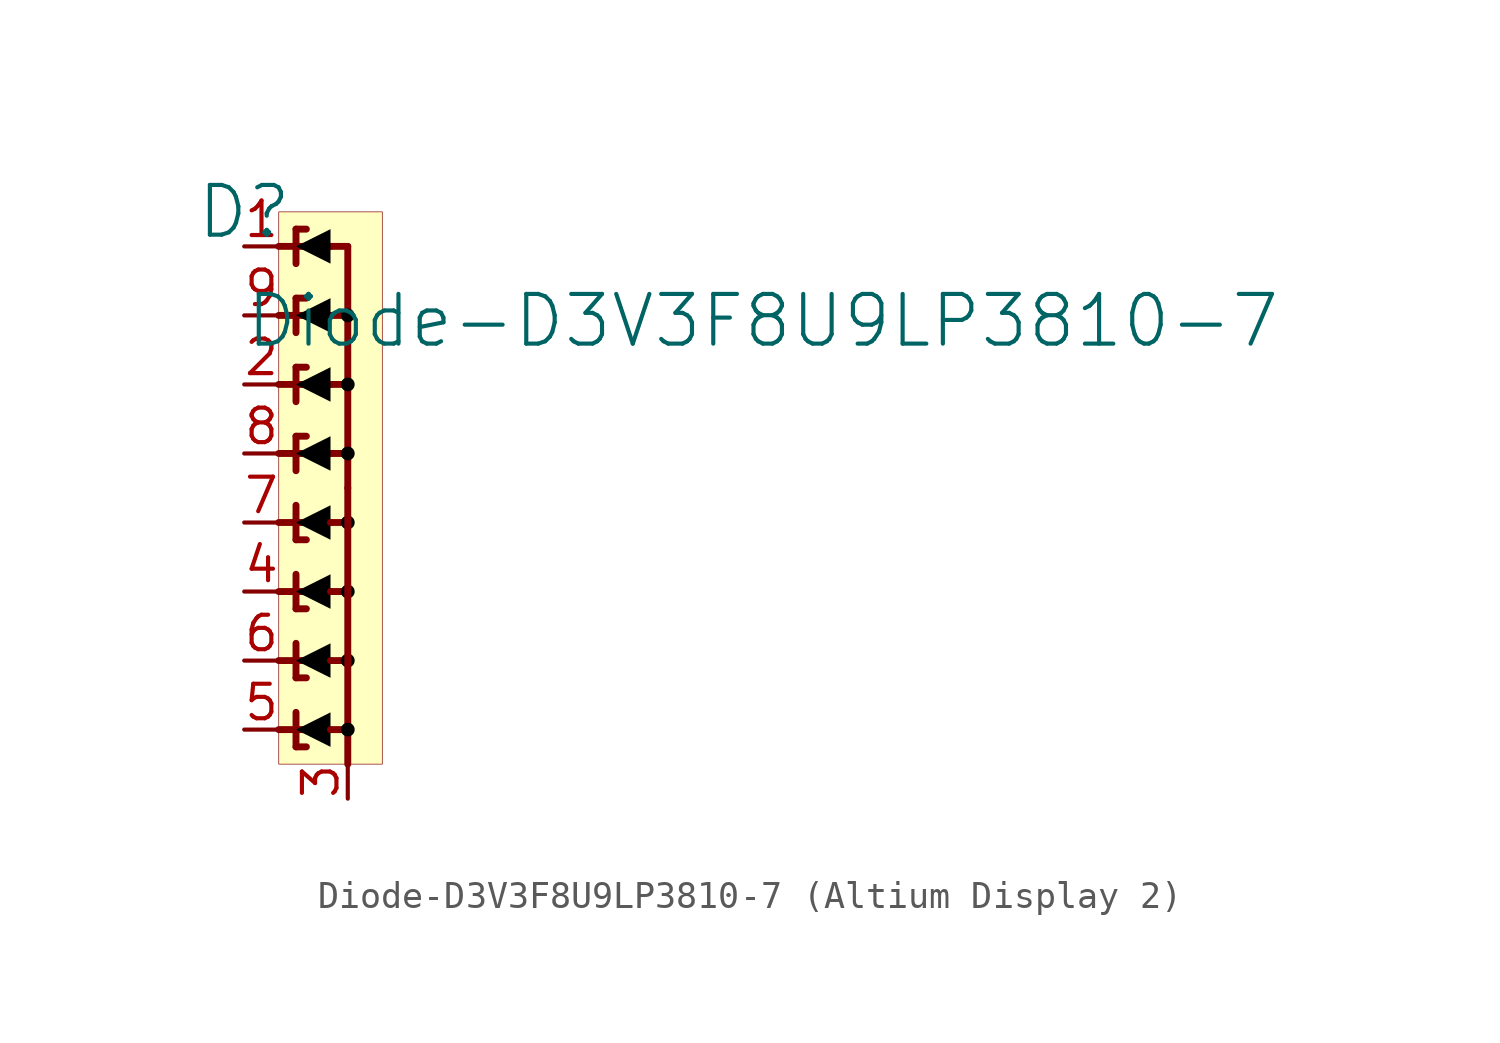
<source format=kicad_sym>
(kicad_symbol_lib
  (version 20231120)
  (generator "kicad_symbol_editor")
  (generator_version "8.0")
  (symbol "Diode-D3V3F8U9LP3810-7 (Altium Display 2)"
    (property "Reference" "D"
      (at -1.27 1.27 0)
      (effects (font (size 1.829 1.829))))
    (property "Value" "Diode-D3V3F8U9LP3810-7"
      (at -1.27 -3.81 0)
      (effects (font (size 1.829 1.829)) (justify left bottom)))
    (symbol "Diode-D3V3F8U9LP3810-7 (Altium Display 2)_1_0"
      (polyline (pts (xy 0 -17.78) (xy 1.905 -17.78)) (stroke (width 0.254) (type solid)) (fill (type none)))
      (polyline (pts (xy 0 -15.24) (xy 1.905 -15.24)) (stroke (width 0.254) (type solid)) (fill (type none)))
      (polyline (pts (xy 0 -12.7) (xy 1.905 -12.7)) (stroke (width 0.254) (type solid)) (fill (type none)))
      (polyline (pts (xy 0 -10.16) (xy 1.905 -10.16)) (stroke (width 0.254) (type solid)) (fill (type none)))
      (polyline (pts (xy 0 -7.62) (xy 1.905 -7.62)) (stroke (width 0.254) (type solid)) (fill (type none)))
      (polyline (pts (xy 0 -5.08) (xy 1.905 -5.08)) (stroke (width 0.254) (type solid)) (fill (type none)))
      (polyline (pts (xy 0 -2.54) (xy 1.905 -2.54)) (stroke (width 0.254) (type solid)) (fill (type none)))
      (polyline (pts (xy 0 0) (xy 1.905 0)) (stroke (width 0.254) (type solid)) (fill (type none)))
      (polyline (pts (xy 0.635 -18.415) (xy 1.016 -18.415)) (stroke (width 0.254) (type solid)) (fill (type none)))
      (polyline (pts (xy 0.635 -17.78) (xy 0.635 -18.415)) (stroke (width 0.254) (type solid)) (fill (type none)))
      (polyline (pts (xy 0.635 -17.78) (xy 0.635 -17.145)) (stroke (width 0.254) (type solid)) (fill (type none)))
      (polyline (pts (xy 0.635 -15.875) (xy 1.016 -15.875)) (stroke (width 0.254) (type solid)) (fill (type none)))
      (polyline (pts (xy 0.635 -15.24) (xy 0.635 -15.875)) (stroke (width 0.254) (type solid)) (fill (type none)))
      (polyline (pts (xy 0.635 -15.24) (xy 0.635 -14.605)) (stroke (width 0.254) (type solid)) (fill (type none)))
      (polyline (pts (xy 0.635 -13.335) (xy 1.016 -13.335)) (stroke (width 0.254) (type solid)) (fill (type none)))
      (polyline (pts (xy 0.635 -12.7) (xy 0.635 -13.335)) (stroke (width 0.254) (type solid)) (fill (type none)))
      (polyline (pts (xy 0.635 -12.7) (xy 0.635 -12.065)) (stroke (width 0.254) (type solid)) (fill (type none)))
      (polyline (pts (xy 0.635 -10.795) (xy 1.016 -10.795)) (stroke (width 0.254) (type solid)) (fill (type none)))
      (polyline (pts (xy 0.635 -10.16) (xy 0.635 -10.795)) (stroke (width 0.254) (type solid)) (fill (type none)))
      (polyline (pts (xy 0.635 -10.16) (xy 0.635 -9.525)) (stroke (width 0.254) (type solid)) (fill (type none)))
      (polyline (pts (xy 0.635 -7.62) (xy 0.635 -8.255)) (stroke (width 0.254) (type solid)) (fill (type none)))
      (polyline (pts (xy 0.635 -7.62) (xy 0.635 -6.985)) (stroke (width 0.254) (type solid)) (fill (type none)))
      (polyline (pts (xy 0.635 -6.985) (xy 1.016 -6.985)) (stroke (width 0.254) (type solid)) (fill (type none)))
      (polyline (pts (xy 0.635 -5.08) (xy 0.635 -5.715)) (stroke (width 0.254) (type solid)) (fill (type none)))
      (polyline (pts (xy 0.635 -5.08) (xy 0.635 -4.445)) (stroke (width 0.254) (type solid)) (fill (type none)))
      (polyline (pts (xy 0.635 -4.445) (xy 1.016 -4.445)) (stroke (width 0.254) (type solid)) (fill (type none)))
      (polyline (pts (xy 0.635 -2.54) (xy 0.635 -3.175)) (stroke (width 0.254) (type solid)) (fill (type none)))
      (polyline (pts (xy 0.635 -2.54) (xy 0.635 -1.905)) (stroke (width 0.254) (type solid)) (fill (type none)))
      (polyline (pts (xy 0.635 -1.905) (xy 1.016 -1.905)) (stroke (width 0.254) (type solid)) (fill (type none)))
      (polyline (pts (xy 0.635 0) (xy 0.635 -0.635)) (stroke (width 0.254) (type solid)) (fill (type none)))
      (polyline (pts (xy 0.635 0) (xy 0.635 0.635)) (stroke (width 0.254) (type solid)) (fill (type none)))
      (polyline (pts (xy 0.635 0.635) (xy 1.016 0.635)) (stroke (width 0.254) (type solid)) (fill (type none)))
      (polyline (pts (xy 1.905 -17.78) (xy 2.54 -17.78)) (stroke (width 0.254) (type solid)) (fill (type none)))
      (polyline (pts (xy 1.905 -15.24) (xy 2.54 -15.24)) (stroke (width 0.254) (type solid)) (fill (type none)))
      (polyline (pts (xy 1.905 -12.7) (xy 2.54 -12.7)) (stroke (width 0.254) (type solid)) (fill (type none)))
      (polyline (pts (xy 1.905 -10.16) (xy 2.54 -10.16)) (stroke (width 0.254) (type solid)) (fill (type none)))
      (polyline (pts (xy 1.905 -7.62) (xy 2.54 -7.62)) (stroke (width 0.254) (type solid)) (fill (type none)))
      (polyline (pts (xy 1.905 -5.08) (xy 2.54 -5.08)) (stroke (width 0.254) (type solid)) (fill (type none)))
      (polyline (pts (xy 1.905 -2.54) (xy 2.54 -2.54)) (stroke (width 0.254) (type solid)) (fill (type none)))
      (polyline (pts (xy 1.905 0) (xy 2.54 0)) (stroke (width 0.254) (type solid)) (fill (type none)))
      (polyline (pts (xy 2.54 -17.78) (xy 2.54 -19.05)) (stroke (width 0.254) (type solid)) (fill (type none)))
      (polyline (pts (xy 2.54 -17.78) (xy 2.54 -8.89)) (stroke (width 0.254) (type solid)) (fill (type none)))
      (polyline (pts (xy 2.54 0) (xy 2.54 -8.89)) (stroke (width 0.254) (type solid)) (fill (type none)))
      (polyline (pts (xy 1.905 -17.145) (xy 0.635 -17.78) (xy 1.905 -18.415) (xy 1.905 -17.145)) (stroke (width -0.0001) (type solid) (color 0 0 0 1)) (fill (type outline)))
      (polyline (pts (xy 1.905 -14.605) (xy 0.635 -15.24) (xy 1.905 -15.875) (xy 1.905 -14.605)) (stroke (width -0.0001) (type solid) (color 0 0 0 1)) (fill (type outline)))
      (polyline (pts (xy 1.905 -12.065) (xy 0.635 -12.7) (xy 1.905 -13.335) (xy 1.905 -12.065)) (stroke (width -0.0001) (type solid) (color 0 0 0 1)) (fill (type outline)))
      (polyline (pts (xy 1.905 -9.525) (xy 0.635 -10.16) (xy 1.905 -10.795) (xy 1.905 -9.525)) (stroke (width -0.0001) (type solid) (color 0 0 0 1)) (fill (type outline)))
      (polyline (pts (xy 1.905 -8.255) (xy 0.635 -7.62) (xy 1.905 -6.985) (xy 1.905 -8.255)) (stroke (width -0.0001) (type solid) (color 0 0 0 1)) (fill (type outline)))
      (polyline (pts (xy 1.905 -5.715) (xy 0.635 -5.08) (xy 1.905 -4.445) (xy 1.905 -5.715)) (stroke (width -0.0001) (type solid) (color 0 0 0 1)) (fill (type outline)))
      (polyline (pts (xy 1.905 -3.175) (xy 0.635 -2.54) (xy 1.905 -1.905) (xy 1.905 -3.175)) (stroke (width -0.0001) (type solid) (color 0 0 0 1)) (fill (type outline)))
      (polyline (pts (xy 1.905 -0.635) (xy 0.635 0) (xy 1.905 0.635) (xy 1.905 -0.635)) (stroke (width -0.0001) (type solid) (color 0 0 0 1)) (fill (type outline)))
      (circle (center 2.54 -17.78) (radius 0.254) (stroke (width -0.0001) (type solid) (color 0 0 0 1)) (fill (type outline)))
      (circle (center 2.54 -15.24) (radius 0.254) (stroke (width -0.0001) (type solid) (color 0 0 0 1)) (fill (type outline)))
      (circle (center 2.54 -12.7) (radius 0.254) (stroke (width -0.0001) (type solid) (color 0 0 0 1)) (fill (type outline)))
      (circle (center 2.54 -10.16) (radius 0.254) (stroke (width -0.0001) (type solid) (color 0 0 0 1)) (fill (type outline)))
      (circle (center 2.54 -7.62) (radius 0.254) (stroke (width -0.0001) (type solid) (color 0 0 0 1)) (fill (type outline)))
      (circle (center 2.54 -5.08) (radius 0.254) (stroke (width -0.0001) (type solid) (color 0 0 0 1)) (fill (type outline)))
      (circle (center 2.54 -2.54) (radius 0.254) (stroke (width -0.0001) (type solid) (color 0 0 0 1)) (fill (type outline)))
      (rectangle (start 3.81 1.27) (end 0 -19.05) (stroke (width 0.025) (type solid) (color 128 0 0 1)) (fill (type background)))
      (pin passive line (at -1.27 0 0) (length 1.27) (name "Line-1" (effects (font (size 0 0)))) (number "1" (effects (font (size 1.27 1.27)))))
      (pin passive line (at -1.27 -5.08 0) (length 1.27) (name "Line-3" (effects (font (size 0 0)))) (number "2" (effects (font (size 1.27 1.27)))))
      (pin passive line (at 2.54 -20.32 90) (length 1.27) (name "GND" (effects (font (size 0 0)))) (number "3" (effects (font (size 1.27 1.27)))))
      (pin passive line (at -1.27 -12.7 0) (length 1.27) (name "Line-6" (effects (font (size 0 0)))) (number "4" (effects (font (size 1.27 1.27)))))
      (pin passive line (at -1.27 -17.78 0) (length 1.27) (name "Line-8" (effects (font (size 0 0)))) (number "5" (effects (font (size 1.27 1.27)))))
      (pin passive line (at -1.27 -15.24 0) (length 1.27) (name "Line-7" (effects (font (size 0 0)))) (number "6" (effects (font (size 1.27 1.27)))))
      (pin passive line (at -1.27 -10.16 0) (length 1.27) (name "Line-5" (effects (font (size 0 0)))) (number "7" (effects (font (size 1.27 1.27)))))
      (pin passive line (at -1.27 -7.62 0) (length 1.27) (name "Line-4" (effects (font (size 0 0)))) (number "8" (effects (font (size 1.27 1.27)))))
      (pin passive line (at -1.27 -2.54 0) (length 1.27) (name "Line-2" (effects (font (size 0 0)))) (number "9" (effects (font (size 1.27 1.27))))))))
</source>
